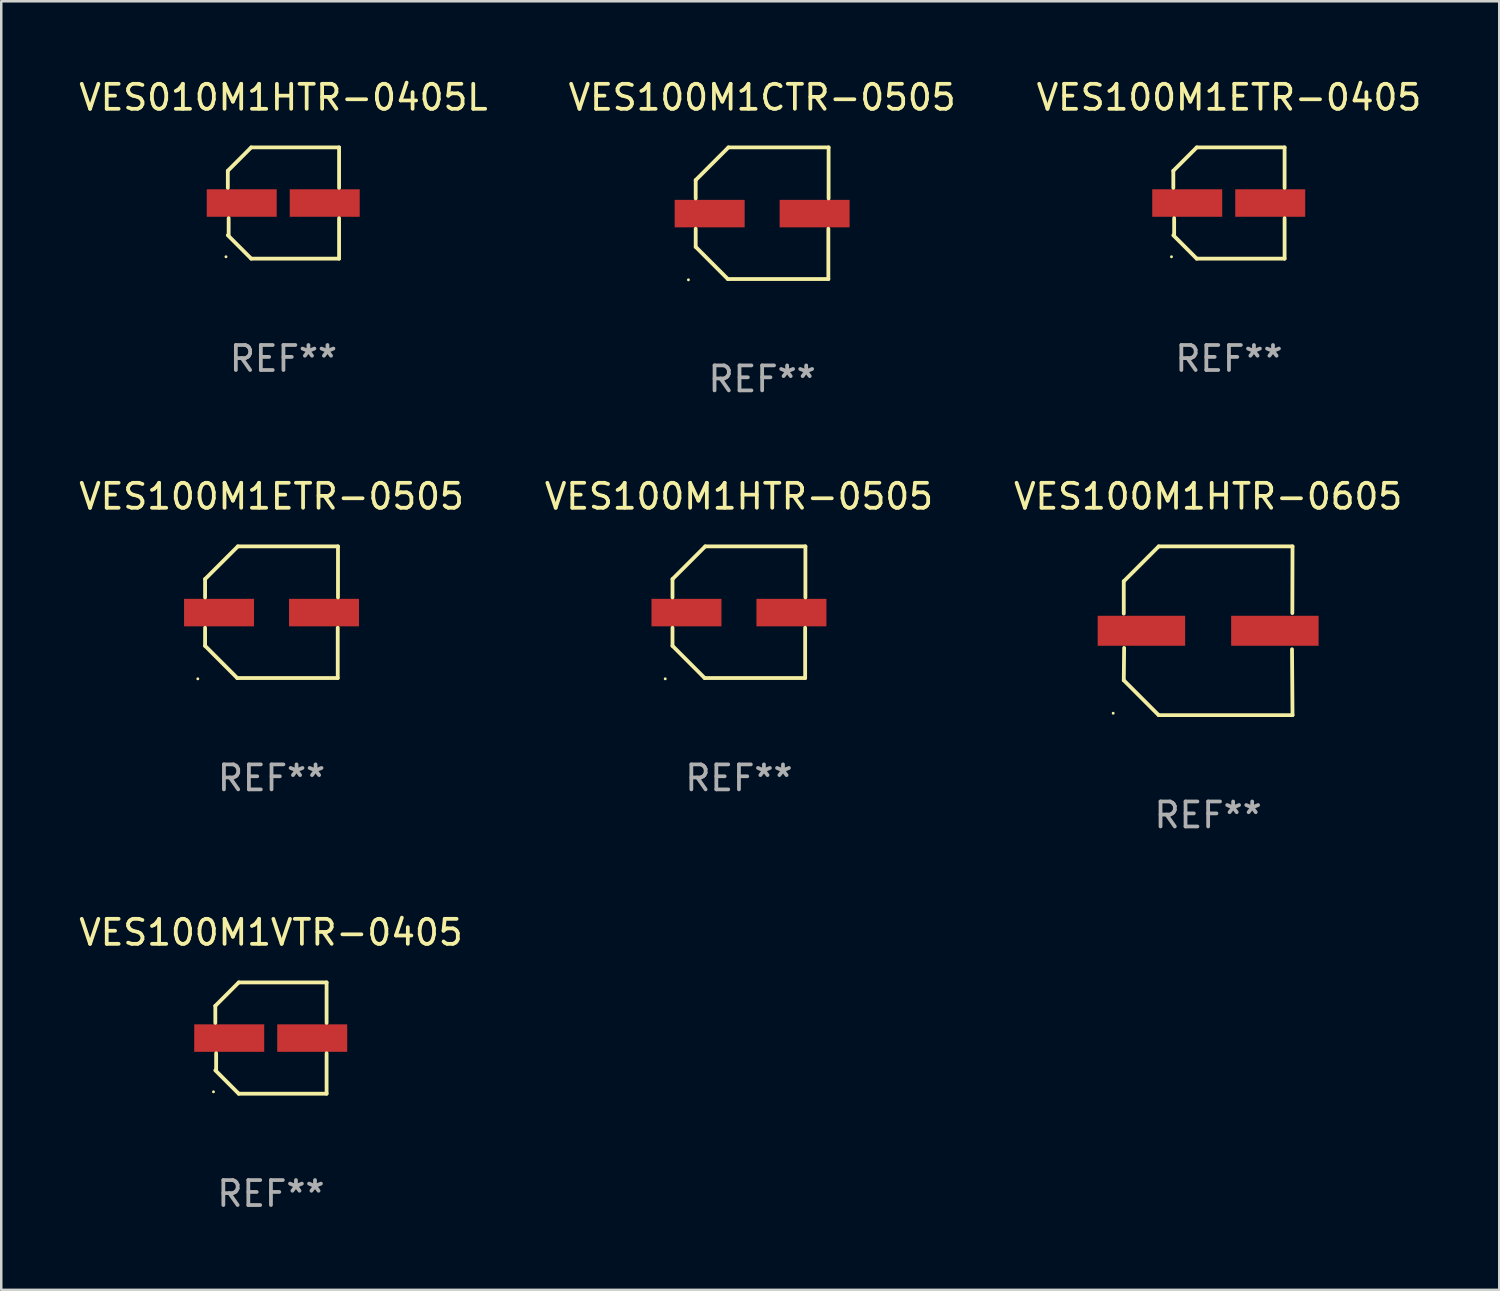
<source format=kicad_pcb>
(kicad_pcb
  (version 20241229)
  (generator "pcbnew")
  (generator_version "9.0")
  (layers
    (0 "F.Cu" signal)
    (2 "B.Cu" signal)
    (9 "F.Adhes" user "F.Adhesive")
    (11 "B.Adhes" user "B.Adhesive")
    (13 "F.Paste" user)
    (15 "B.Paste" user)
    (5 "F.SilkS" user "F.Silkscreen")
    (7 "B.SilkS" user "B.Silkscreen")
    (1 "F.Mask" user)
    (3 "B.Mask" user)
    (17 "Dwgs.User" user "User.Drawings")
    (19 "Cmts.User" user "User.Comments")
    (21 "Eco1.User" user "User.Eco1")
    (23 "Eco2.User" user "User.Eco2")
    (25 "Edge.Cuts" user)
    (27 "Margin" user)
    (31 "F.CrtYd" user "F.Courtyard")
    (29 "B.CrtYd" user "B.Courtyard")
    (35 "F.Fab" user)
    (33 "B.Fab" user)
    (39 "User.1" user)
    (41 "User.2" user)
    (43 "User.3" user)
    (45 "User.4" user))
  (footprint "VES100M1HTR-0605"
    (layer "F.Cu")
    (at 45.292 22.189)
    (property "Reference" "VES100M1HTR-0605" (at 0 -5.376 0) (layer "F.SilkS") (effects (font (size 1 1) (thickness 0.15))))
    (attr through_hole)
    (fp_line (start -3.376 -1.98) (end -3.376 -0.686) (stroke (width 0.152) (type solid)) (layer "F.SilkS"))
    (fp_line (start -3.376 1.981) (end -3.362 0.686) (stroke (width 0.152) (type solid)) (layer "F.SilkS"))
    (fp_line (start -1.981 3.376) (end -3.376 1.981) (stroke (width 0.152) (type solid)) (layer "F.SilkS"))
    (fp_line (start -1.98 -3.376) (end -3.376 -1.98) (stroke (width 0.152) (type solid)) (layer "F.SilkS"))
    (fp_line (start 3.356 0.74) (end 3.376 3.376) (stroke (width 0.152) (type solid)) (layer "F.SilkS"))
    (fp_line (start 3.369 -0.707) (end 3.376 -3.376) (stroke (width 0.152) (type solid)) (layer "F.SilkS"))
    (fp_line (start 3.376 3.376) (end -1.981 3.376) (stroke (width 0.152) (type solid)) (layer "F.SilkS"))
    (fp_line (start 3.376 -3.376) (end -1.98 -3.376) (stroke (width 0.152) (type solid)) (layer "F.SilkS"))
    (fp_circle (center -3.8 3.3) (end -3.77 3.3) (stroke (width 0.06) (type solid)) (fill no) (layer "F.SilkS"))
    (fp_text user "REF**" (at 0 7.376 0) (layer "F.Fab") (effects (font (size 1 1) (thickness 0.15))))
    (pad "1" smd rect (at -2.67 0.000203) (size 3.5 1.2) (layers "F.Cu" "F.Mask" "F.Paste"))
    (pad "2" smd rect (at 2.67 0.000203) (size 3.5 1.2) (layers "F.Cu" "F.Mask" "F.Paste")))
  (footprint "VES100M1HTR-0505"
    (layer "F.Cu")
    (at 26.518 21.447)
    (property "Reference" "VES100M1HTR-0505" (at 0 -4.634 0) (layer "F.SilkS") (effects (font (size 1 1) (thickness 0.15))))
    (attr through_hole)
    (fp_line (start -2.659 -1.326) (end -2.659 -0.592) (stroke (width 0.152) (type solid)) (layer "F.SilkS"))
    (fp_line (start -2.659 1.346) (end -2.659 0.622) (stroke (width 0.152) (type solid)) (layer "F.SilkS"))
    (fp_line (start -1.372 2.634) (end -2.659 1.346) (stroke (width 0.152) (type solid)) (layer "F.SilkS"))
    (fp_line (start -1.349 -2.634) (end -2.659 -1.326) (stroke (width 0.152) (type solid)) (layer "F.SilkS"))
    (fp_line (start 2.649 0.622) (end 2.649 2.634) (stroke (width 0.152) (type solid)) (layer "F.SilkS"))
    (fp_line (start 2.649 2.634) (end -1.372 2.634) (stroke (width 0.152) (type solid)) (layer "F.SilkS"))
    (fp_line (start 2.659 -2.634) (end -1.349 -2.634) (stroke (width 0.152) (type solid)) (layer "F.SilkS"))
    (fp_line (start 2.659 -0.592) (end 2.659 -2.634) (stroke (width 0.152) (type solid)) (layer "F.SilkS"))
    (fp_circle (center -2.95 2.665) (end -2.92 2.665) (stroke (width 0.06) (type solid)) (fill no) (layer "F.SilkS"))
    (fp_text user "REF**" (at 0 6.634 0) (layer "F.Fab") (effects (font (size 1 1) (thickness 0.15))))
    (pad "1" smd rect (at -2.1 0.015) (size 2.8 1.1) (layers "F.Cu" "F.Mask" "F.Paste"))
    (pad "2" smd rect (at 2.1 0.015) (size 2.8 1.1) (layers "F.Cu" "F.Mask" "F.Paste")))
  (footprint "VES100M1ETR-0405"
    (layer "F.Cu")
    (at 46.125 5.074)
    (property "Reference" "VES100M1ETR-0405" (at 0 -4.226 0) (layer "F.SilkS") (effects (font (size 1 1) (thickness 0.15))))
    (attr through_hole)
    (fp_line (start -2.226 -1.29) (end -2.226 -0.607) (stroke (width 0.152) (type solid)) (layer "F.SilkS"))
    (fp_line (start -2.193 1.29) (end -2.193 0.607) (stroke (width 0.152) (type solid)) (layer "F.SilkS"))
    (fp_line (start -1.29 2.226) (end -2.226 1.29) (stroke (width 0.152) (type solid)) (layer "F.SilkS"))
    (fp_line (start -1.29 -2.226) (end -2.226 -1.29) (stroke (width 0.152) (type solid)) (layer "F.SilkS"))
    (fp_line (start 2.226 -2.226) (end -1.29 -2.226) (stroke (width 0.152) (type solid)) (layer "F.SilkS"))
    (fp_line (start 2.226 -0.607) (end 2.226 -2.226) (stroke (width 0.152) (type solid)) (layer "F.SilkS"))
    (fp_line (start 2.226 0.607) (end 2.226 2.226) (stroke (width 0.152) (type solid)) (layer "F.SilkS"))
    (fp_line (start 2.226 2.226) (end -1.29 2.226) (stroke (width 0.152) (type solid)) (layer "F.SilkS"))
    (fp_circle (center -2.3 2.15) (end -2.27 2.15) (stroke (width 0.06) (type solid)) (fill no) (layer "F.SilkS"))
    (fp_text user "REF**" (at 0 6.226 0) (layer "F.Fab") (effects (font (size 1 1) (thickness 0.15))))
    (pad "1" smd rect (at -1.67 -0.000025) (size 2.8 1.1) (layers "F.Cu" "F.Mask" "F.Paste"))
    (pad "2" smd rect (at 1.651 -0.000025) (size 2.8 1.1) (layers "F.Cu" "F.Mask" "F.Paste")))
  (footprint "VES100M1CTR-0505"
    (layer "F.Cu")
    (at 27.446 5.482)
    (property "Reference" "VES100M1CTR-0505" (at 0 -4.634 0) (layer "F.SilkS") (effects (font (size 1 1) (thickness 0.15))))
    (attr through_hole)
    (fp_line (start -2.659 -1.326) (end -2.659 -0.592) (stroke (width 0.152) (type solid)) (layer "F.SilkS"))
    (fp_line (start -2.659 1.346) (end -2.659 0.622) (stroke (width 0.152) (type solid)) (layer "F.SilkS"))
    (fp_line (start -1.372 2.634) (end -2.659 1.346) (stroke (width 0.152) (type solid)) (layer "F.SilkS"))
    (fp_line (start -1.349 -2.634) (end -2.659 -1.326) (stroke (width 0.152) (type solid)) (layer "F.SilkS"))
    (fp_line (start 2.649 0.622) (end 2.649 2.634) (stroke (width 0.152) (type solid)) (layer "F.SilkS"))
    (fp_line (start 2.649 2.634) (end -1.372 2.634) (stroke (width 0.152) (type solid)) (layer "F.SilkS"))
    (fp_line (start 2.659 -2.634) (end -1.349 -2.634) (stroke (width 0.152) (type solid)) (layer "F.SilkS"))
    (fp_line (start 2.659 -0.592) (end 2.659 -2.634) (stroke (width 0.152) (type solid)) (layer "F.SilkS"))
    (fp_circle (center -2.95 2.665) (end -2.92 2.665) (stroke (width 0.06) (type solid)) (fill no) (layer "F.SilkS"))
    (fp_text user "REF**" (at 0 6.634 0) (layer "F.Fab") (effects (font (size 1 1) (thickness 0.15))))
    (pad "1" smd rect (at -2.1 0.015) (size 2.8 1.1) (layers "F.Cu" "F.Mask" "F.Paste"))
    (pad "2" smd rect (at 2.1 0.015) (size 2.8 1.1) (layers "F.Cu" "F.Mask" "F.Paste")))
  (footprint "VES100M1ETR-0505"
    (layer "F.Cu")
    (at 7.815 21.447)
    (property "Reference" "VES100M1ETR-0505" (at 0 -4.634 0) (layer "F.SilkS") (effects (font (size 1 1) (thickness 0.15))))
    (attr through_hole)
    (fp_line (start -2.659 -1.326) (end -2.659 -0.592) (stroke (width 0.152) (type solid)) (layer "F.SilkS"))
    (fp_line (start -2.659 1.346) (end -2.659 0.622) (stroke (width 0.152) (type solid)) (layer "F.SilkS"))
    (fp_line (start -1.372 2.634) (end -2.659 1.346) (stroke (width 0.152) (type solid)) (layer "F.SilkS"))
    (fp_line (start -1.349 -2.634) (end -2.659 -1.326) (stroke (width 0.152) (type solid)) (layer "F.SilkS"))
    (fp_line (start 2.649 0.622) (end 2.649 2.634) (stroke (width 0.152) (type solid)) (layer "F.SilkS"))
    (fp_line (start 2.649 2.634) (end -1.372 2.634) (stroke (width 0.152) (type solid)) (layer "F.SilkS"))
    (fp_line (start 2.659 -2.634) (end -1.349 -2.634) (stroke (width 0.152) (type solid)) (layer "F.SilkS"))
    (fp_line (start 2.659 -0.592) (end 2.659 -2.634) (stroke (width 0.152) (type solid)) (layer "F.SilkS"))
    (fp_circle (center -2.95 2.665) (end -2.92 2.665) (stroke (width 0.06) (type solid)) (fill no) (layer "F.SilkS"))
    (fp_text user "REF**" (at 0 6.634 0) (layer "F.Fab") (effects (font (size 1 1) (thickness 0.15))))
    (pad "1" smd rect (at -2.1 0.015) (size 2.8 1.1) (layers "F.Cu" "F.Mask" "F.Paste"))
    (pad "2" smd rect (at 2.1 0.015) (size 2.8 1.1) (layers "F.Cu" "F.Mask" "F.Paste")))
  (footprint "VES010M1HTR-0405L"
    (layer "F.Cu")
    (at 8.292 5.074)
    (property "Reference" "VES010M1HTR-0405L" (at 0 -4.226 0) (layer "F.SilkS") (effects (font (size 1 1) (thickness 0.15))))
    (attr through_hole)
    (fp_line (start -2.226 -1.29) (end -2.226 -0.607) (stroke (width 0.152) (type solid)) (layer "F.SilkS"))
    (fp_line (start -2.193 1.29) (end -2.193 0.607) (stroke (width 0.152) (type solid)) (layer "F.SilkS"))
    (fp_line (start -1.29 2.226) (end -2.226 1.29) (stroke (width 0.152) (type solid)) (layer "F.SilkS"))
    (fp_line (start -1.29 -2.226) (end -2.226 -1.29) (stroke (width 0.152) (type solid)) (layer "F.SilkS"))
    (fp_line (start 2.226 -2.226) (end -1.29 -2.226) (stroke (width 0.152) (type solid)) (layer "F.SilkS"))
    (fp_line (start 2.226 -0.607) (end 2.226 -2.226) (stroke (width 0.152) (type solid)) (layer "F.SilkS"))
    (fp_line (start 2.226 0.607) (end 2.226 2.226) (stroke (width 0.152) (type solid)) (layer "F.SilkS"))
    (fp_line (start 2.226 2.226) (end -1.29 2.226) (stroke (width 0.152) (type solid)) (layer "F.SilkS"))
    (fp_circle (center -2.3 2.15) (end -2.27 2.15) (stroke (width 0.06) (type solid)) (fill no) (layer "F.SilkS"))
    (fp_text user "REF**" (at 0 6.226 0) (layer "F.Fab") (effects (font (size 1 1) (thickness 0.15))))
    (pad "1" smd rect (at -1.67 -0.000025) (size 2.8 1.1) (layers "F.Cu" "F.Mask" "F.Paste"))
    (pad "2" smd rect (at 1.651 -0.000025) (size 2.8 1.1) (layers "F.Cu" "F.Mask" "F.Paste")))
  (footprint "VES100M1VTR-0405"
    (layer "F.Cu")
    (at 7.792 38.487)
    (property "Reference" "VES100M1VTR-0405" (at 0 -4.226 0) (layer "F.SilkS") (effects (font (size 1 1) (thickness 0.15))))
    (attr through_hole)
    (fp_line (start -2.226 -1.29) (end -2.226 -0.607) (stroke (width 0.152) (type solid)) (layer "F.SilkS"))
    (fp_line (start -2.193 1.29) (end -2.193 0.607) (stroke (width 0.152) (type solid)) (layer "F.SilkS"))
    (fp_line (start -1.29 2.226) (end -2.226 1.29) (stroke (width 0.152) (type solid)) (layer "F.SilkS"))
    (fp_line (start -1.29 -2.226) (end -2.226 -1.29) (stroke (width 0.152) (type solid)) (layer "F.SilkS"))
    (fp_line (start 2.226 -2.226) (end -1.29 -2.226) (stroke (width 0.152) (type solid)) (layer "F.SilkS"))
    (fp_line (start 2.226 -0.607) (end 2.226 -2.226) (stroke (width 0.152) (type solid)) (layer "F.SilkS"))
    (fp_line (start 2.226 0.607) (end 2.226 2.226) (stroke (width 0.152) (type solid)) (layer "F.SilkS"))
    (fp_line (start 2.226 2.226) (end -1.29 2.226) (stroke (width 0.152) (type solid)) (layer "F.SilkS"))
    (fp_circle (center -2.3 2.15) (end -2.27 2.15) (stroke (width 0.06) (type solid)) (fill no) (layer "F.SilkS"))
    (fp_text user "REF**" (at 0 6.226 0) (layer "F.Fab") (effects (font (size 1 1) (thickness 0.15))))
    (pad "1" smd rect (at -1.67 -0.000025) (size 2.8 1.1) (layers "F.Cu" "F.Mask" "F.Paste"))
    (pad "2" smd rect (at 1.651 -0.000025) (size 2.8 1.1) (layers "F.Cu" "F.Mask" "F.Paste")))
  (gr_rect
    (start -3 -3)
    (end 56.94 48.562)
    (stroke (width 0.1) (type default))
    (fill no)
    (layer "Edge.Cuts")))
</source>
